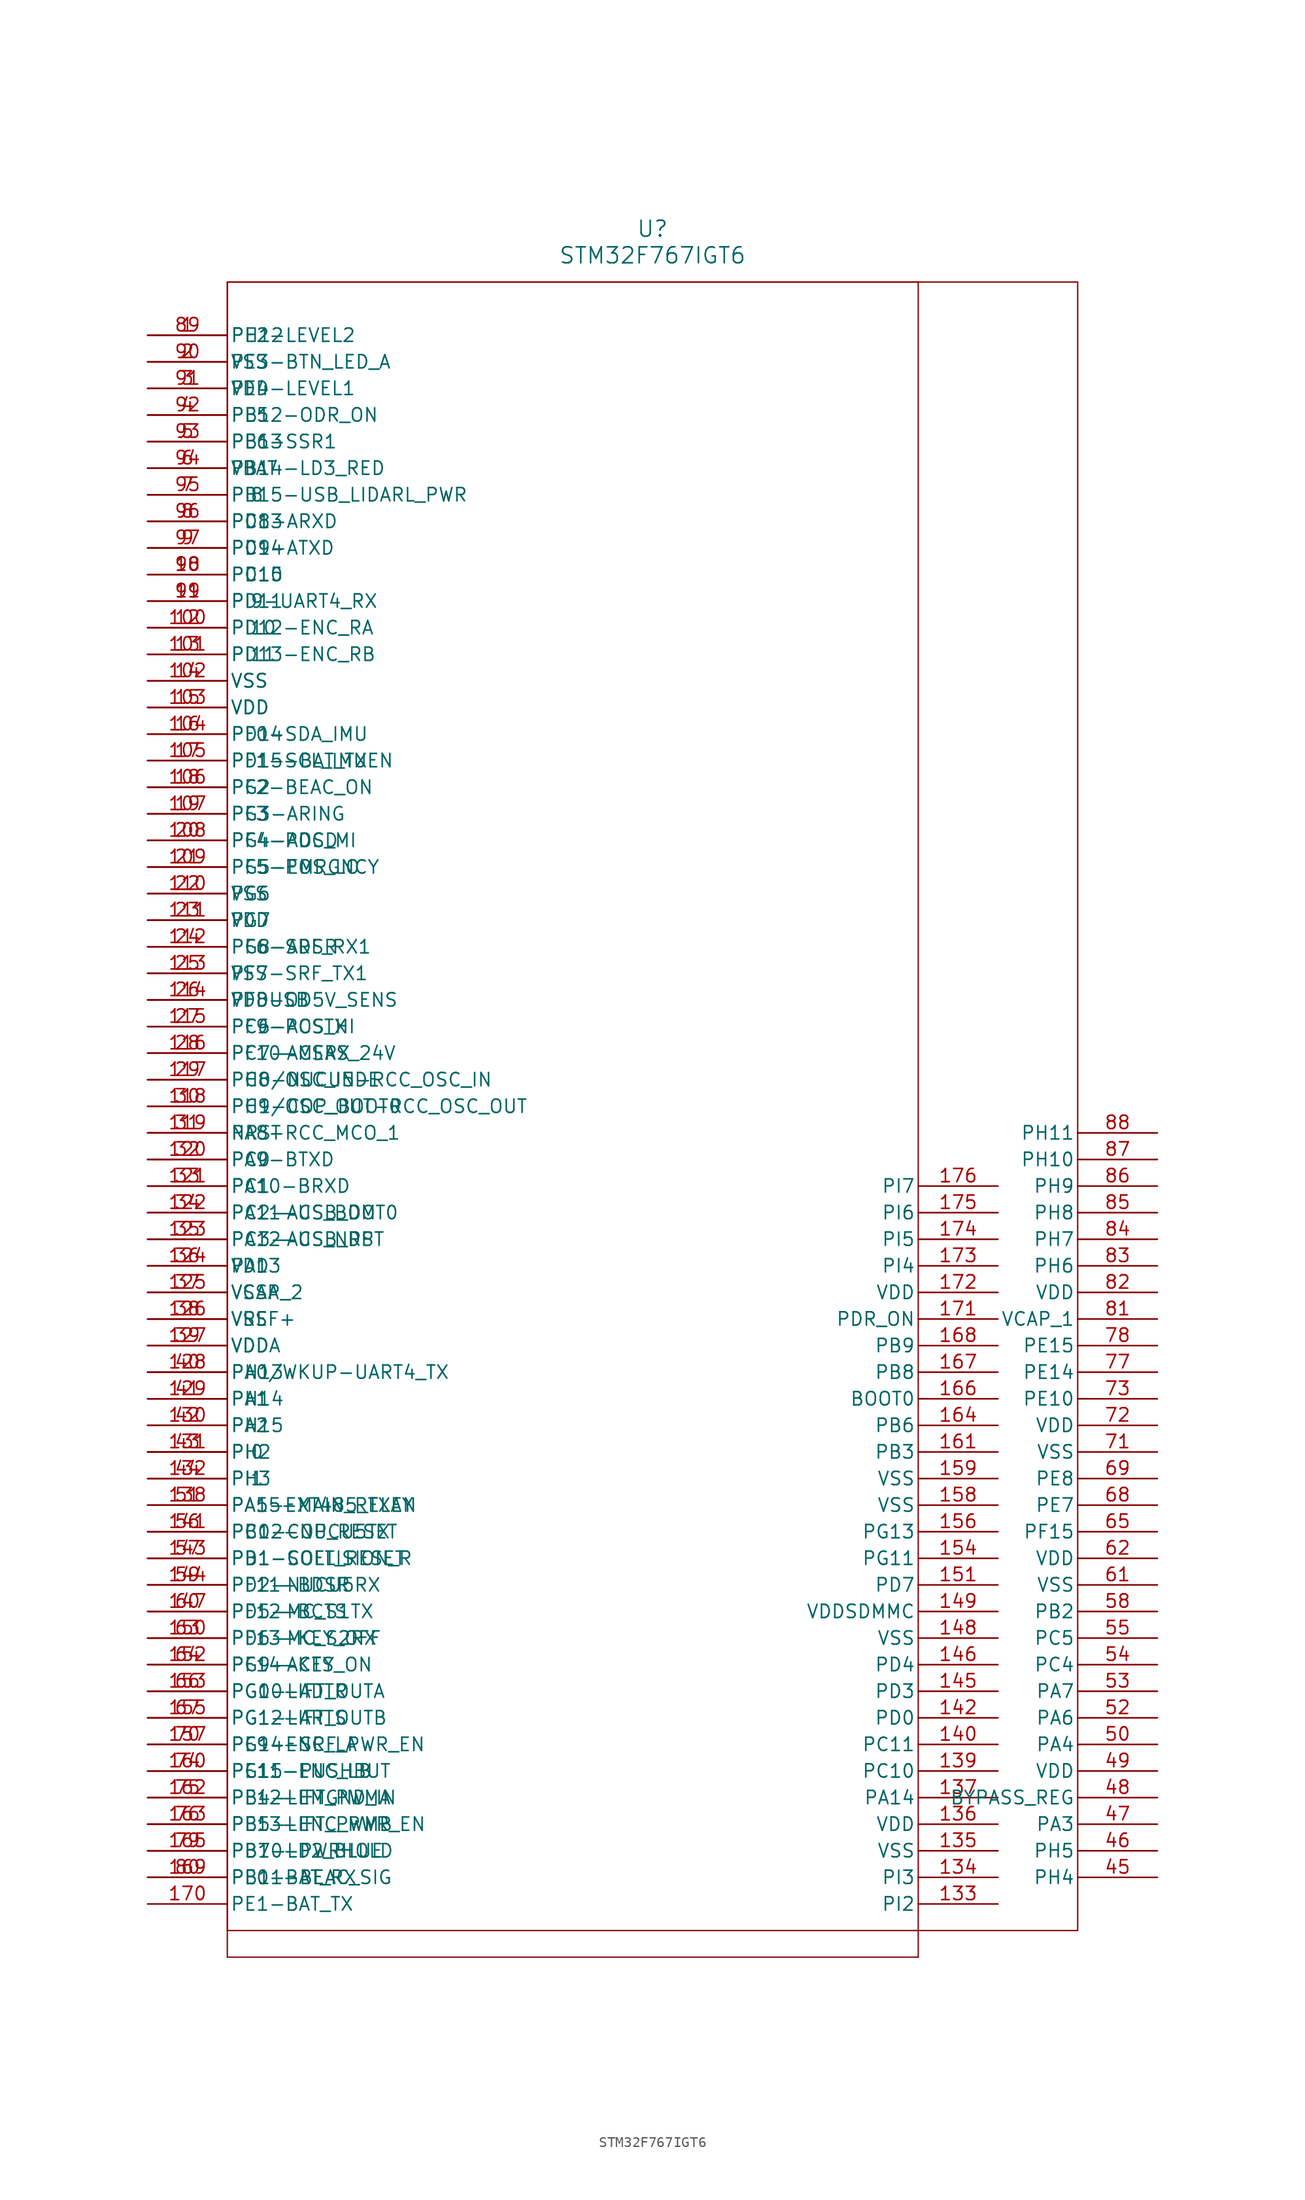
<source format=kicad_sym>
(kicad_symbol_lib
  (version 20211014)
  (generator kicad_symbol_editor)
  (symbol "STM32F767IGT6"
    (pin_names
      (offset 0.254))
    (property "Reference" "U"
      (at 48.26 10.16 0)
      (effects (font (size 1.524 1.524))))
    (property "Value" "STM32F767IGT6"
      (at 48.26 7.62 0)
      (effects (font (size 1.524 1.524))))
    (polyline
      (pts (xy 7.62 5.08) (xy 7.62 -152.4))
      (stroke (width 0.127) (type default) (color 0 0 0 0))
      (fill (type none)))
    (polyline
      (pts (xy 7.62 -152.4) (xy 88.9 -152.4))
      (stroke (width 0.127) (type default) (color 0 0 0 0))
      (fill (type none)))
    (polyline
      (pts (xy 88.9 -152.4) (xy 88.9 5.08))
      (stroke (width 0.127) (type default) (color 0 0 0 0))
      (fill (type none)))
    (polyline
      (pts (xy 88.9 5.08) (xy 7.62 5.08))
      (stroke (width 0.127) (type default) (color 0 0 0 0))
      (fill (type none)))
    (pin unspecified line
      (at 0 0 0)
      (length 7.62)
      (name "PE2-LEVEL2" (effects (font (size 1.27 1.27))))
      (number "1" (effects (font (size 1.27 1.27)))))
    (pin unspecified line
      (at 0 -2.54 0)
      (length 7.62)
      (name "PE3-BTN_LED_A" (effects (font (size 1.27 1.27))))
      (number "2" (effects (font (size 1.27 1.27)))))
    (pin unspecified line
      (at 0 -5.08 0)
      (length 7.62)
      (name "PE4-LEVEL1" (effects (font (size 1.27 1.27))))
      (number "3" (effects (font (size 1.27 1.27)))))
    (pin bidirectional line
      (at 0 -7.62 0)
      (length 7.62)
      (name "PE5" (effects (font (size 1.27 1.27))))
      (number "4" (effects (font (size 1.27 1.27)))))
    (pin unspecified line
      (at 0 -10.16 0)
      (length 7.62)
      (name "PE6-SSR1" (effects (font (size 1.27 1.27))))
      (number "5" (effects (font (size 1.27 1.27)))))
    (pin power_in line
      (at 0 -12.7 0)
      (length 7.62)
      (name "VBAT" (effects (font (size 1.27 1.27))))
      (number "6" (effects (font (size 1.27 1.27)))))
    (pin bidirectional line
      (at 0 -15.24 0)
      (length 7.62)
      (name "PI8" (effects (font (size 1.27 1.27))))
      (number "7" (effects (font (size 1.27 1.27)))))
    (pin bidirectional line
      (at 0 -17.78 0)
      (length 7.62)
      (name "PC13" (effects (font (size 1.27 1.27))))
      (number "8" (effects (font (size 1.27 1.27)))))
    (pin bidirectional line
      (at 0 -20.32 0)
      (length 7.62)
      (name "PC14" (effects (font (size 1.27 1.27))))
      (number "9" (effects (font (size 1.27 1.27)))))
    (pin bidirectional line
      (at 0 -22.86 0)
      (length 7.62)
      (name "PC15" (effects (font (size 1.27 1.27))))
      (number "10" (effects (font (size 1.27 1.27)))))
    (pin unspecified line
      (at 0 -25.4 0)
      (length 7.62)
      (name "PI9-UART4_RX" (effects (font (size 1.27 1.27))))
      (number "11" (effects (font (size 1.27 1.27)))))
    (pin bidirectional line
      (at 0 -27.94 0)
      (length 7.62)
      (name "PI10" (effects (font (size 1.27 1.27))))
      (number "12" (effects (font (size 1.27 1.27)))))
    (pin bidirectional line
      (at 0 -30.48 0)
      (length 7.62)
      (name "PI11" (effects (font (size 1.27 1.27))))
      (number "13" (effects (font (size 1.27 1.27)))))
    (pin power_in line
      (at 0 -33.02 0)
      (length 7.62)
      (name "VSS" (effects (font (size 1.27 1.27))))
      (number "14" (effects (font (size 1.27 1.27)))))
    (pin power_in line
      (at 0 -35.56 0)
      (length 7.62)
      (name "VDD" (effects (font (size 1.27 1.27))))
      (number "15" (effects (font (size 1.27 1.27)))))
    (pin unspecified line
      (at 0 -38.1 0)
      (length 7.62)
      (name "PF0-SDA_IMU" (effects (font (size 1.27 1.27))))
      (number "16" (effects (font (size 1.27 1.27)))))
    (pin unspecified line
      (at 0 -40.64 0)
      (length 7.62)
      (name "PF1-SCL_IMU" (effects (font (size 1.27 1.27))))
      (number "17" (effects (font (size 1.27 1.27)))))
    (pin unspecified line
      (at 0 -43.18 0)
      (length 7.62)
      (name "PF2-BEAC_ON" (effects (font (size 1.27 1.27))))
      (number "18" (effects (font (size 1.27 1.27)))))
    (pin bidirectional line
      (at 0 -45.72 0)
      (length 7.62)
      (name "PF3" (effects (font (size 1.27 1.27))))
      (number "19" (effects (font (size 1.27 1.27)))))
    (pin unspecified line
      (at 0 -48.26 0)
      (length 7.62)
      (name "PF4-POS_MI" (effects (font (size 1.27 1.27))))
      (number "20" (effects (font (size 1.27 1.27)))))
    (pin unspecified line
      (at 0 -50.8 0)
      (length 7.62)
      (name "PF5-POS_LO" (effects (font (size 1.27 1.27))))
      (number "21" (effects (font (size 1.27 1.27)))))
    (pin power_in line
      (at 0 -53.34 0)
      (length 7.62)
      (name "VSS" (effects (font (size 1.27 1.27))))
      (number "22" (effects (font (size 1.27 1.27)))))
    (pin power_in line
      (at 0 -55.88 0)
      (length 7.62)
      (name "VDD" (effects (font (size 1.27 1.27))))
      (number "23" (effects (font (size 1.27 1.27)))))
    (pin unspecified line
      (at 0 -58.42 0)
      (length 7.62)
      (name "PF6-SRF_RX1" (effects (font (size 1.27 1.27))))
      (number "24" (effects (font (size 1.27 1.27)))))
    (pin unspecified line
      (at 0 -60.96 0)
      (length 7.62)
      (name "PF7-SRF_TX1" (effects (font (size 1.27 1.27))))
      (number "25" (effects (font (size 1.27 1.27)))))
    (pin unspecified line
      (at 0 -63.5 0)
      (length 7.62)
      (name "PF8-OD5V_SENS" (effects (font (size 1.27 1.27))))
      (number "26" (effects (font (size 1.27 1.27)))))
    (pin unspecified line
      (at 0 -66.04 0)
      (length 7.62)
      (name "PF9-POS_HI" (effects (font (size 1.27 1.27))))
      (number "27" (effects (font (size 1.27 1.27)))))
    (pin unspecified line
      (at 0 -68.58 0)
      (length 7.62)
      (name "PF10-MEAS_24V" (effects (font (size 1.27 1.27))))
      (number "28" (effects (font (size 1.27 1.27)))))
    (pin unspecified line
      (at 0 -71.12 0)
      (length 7.62)
      (name "PH0/OSC_IN-RCC_OSC_IN" (effects (font (size 1.27 1.27))))
      (number "29" (effects (font (size 1.27 1.27)))))
    (pin unspecified line
      (at 0 -73.66 0)
      (length 7.62)
      (name "PH1/OSC_OUT-RCC_OSC_OUT" (effects (font (size 1.27 1.27))))
      (number "30" (effects (font (size 1.27 1.27)))))
    (pin unspecified line
      (at 0 -76.2 0)
      (length 7.62)
      (name "NRST" (effects (font (size 1.27 1.27))))
      (number "31" (effects (font (size 1.27 1.27)))))
    (pin bidirectional line
      (at 0 -78.74 0)
      (length 7.62)
      (name "PC0" (effects (font (size 1.27 1.27))))
      (number "32" (effects (font (size 1.27 1.27)))))
    (pin bidirectional line
      (at 0 -81.28 0)
      (length 7.62)
      (name "PC1" (effects (font (size 1.27 1.27))))
      (number "33" (effects (font (size 1.27 1.27)))))
    (pin unspecified line
      (at 0 -83.82 0)
      (length 7.62)
      (name "PC2-ACS_BOOT0" (effects (font (size 1.27 1.27))))
      (number "34" (effects (font (size 1.27 1.27)))))
    (pin unspecified line
      (at 0 -86.36 0)
      (length 7.62)
      (name "PC3-ACS_NRST" (effects (font (size 1.27 1.27))))
      (number "35" (effects (font (size 1.27 1.27)))))
    (pin power_in line
      (at 0 -88.9 0)
      (length 7.62)
      (name "VDD" (effects (font (size 1.27 1.27))))
      (number "36" (effects (font (size 1.27 1.27)))))
    (pin power_in line
      (at 0 -91.44 0)
      (length 7.62)
      (name "VSSA" (effects (font (size 1.27 1.27))))
      (number "37" (effects (font (size 1.27 1.27)))))
    (pin power_in line
      (at 0 -93.98 0)
      (length 7.62)
      (name "VREF+" (effects (font (size 1.27 1.27))))
      (number "38" (effects (font (size 1.27 1.27)))))
    (pin power_in line
      (at 0 -96.52 0)
      (length 7.62)
      (name "VDDA" (effects (font (size 1.27 1.27))))
      (number "39" (effects (font (size 1.27 1.27)))))
    (pin unspecified line
      (at 0 -99.06 0)
      (length 7.62)
      (name "PA0/WKUP-UART4_TX" (effects (font (size 1.27 1.27))))
      (number "40" (effects (font (size 1.27 1.27)))))
    (pin bidirectional line
      (at 0 -101.6 0)
      (length 7.62)
      (name "PA1" (effects (font (size 1.27 1.27))))
      (number "41" (effects (font (size 1.27 1.27)))))
    (pin bidirectional line
      (at 0 -104.14 0)
      (length 7.62)
      (name "PA2" (effects (font (size 1.27 1.27))))
      (number "42" (effects (font (size 1.27 1.27)))))
    (pin bidirectional line
      (at 0 -106.68 0)
      (length 7.62)
      (name "PH2" (effects (font (size 1.27 1.27))))
      (number "43" (effects (font (size 1.27 1.27)))))
    (pin bidirectional line
      (at 0 -109.22 0)
      (length 7.62)
      (name "PH3" (effects (font (size 1.27 1.27))))
      (number "44" (effects (font (size 1.27 1.27)))))
    (pin bidirectional line
      (at 96.52 -147.32 180)
      (length 7.62)
      (name "PH4" (effects (font (size 1.27 1.27))))
      (number "45" (effects (font (size 1.27 1.27)))))
    (pin bidirectional line
      (at 96.52 -144.78 180)
      (length 7.62)
      (name "PH5" (effects (font (size 1.27 1.27))))
      (number "46" (effects (font (size 1.27 1.27)))))
    (pin bidirectional line
      (at 96.52 -142.24 180)
      (length 7.62)
      (name "PA3" (effects (font (size 1.27 1.27))))
      (number "47" (effects (font (size 1.27 1.27)))))
    (pin unspecified line
      (at 96.52 -139.7 180)
      (length 7.62)
      (name "BYPASS_REG" (effects (font (size 1.27 1.27))))
      (number "48" (effects (font (size 1.27 1.27)))))
    (pin power_in line
      (at 96.52 -137.16 180)
      (length 7.62)
      (name "VDD" (effects (font (size 1.27 1.27))))
      (number "49" (effects (font (size 1.27 1.27)))))
    (pin bidirectional line
      (at 96.52 -134.62 180)
      (length 7.62)
      (name "PA4" (effects (font (size 1.27 1.27))))
      (number "50" (effects (font (size 1.27 1.27)))))
    (pin unspecified line
      (at 0 -111.76 0)
      (length 7.62)
      (name "PA5-EXT485_TXEN" (effects (font (size 1.27 1.27))))
      (number "51" (effects (font (size 1.27 1.27)))))
    (pin bidirectional line
      (at 96.52 -132.08 180)
      (length 7.62)
      (name "PA6" (effects (font (size 1.27 1.27))))
      (number "52" (effects (font (size 1.27 1.27)))))
    (pin bidirectional line
      (at 96.52 -129.54 180)
      (length 7.62)
      (name "PA7" (effects (font (size 1.27 1.27))))
      (number "53" (effects (font (size 1.27 1.27)))))
    (pin bidirectional line
      (at 96.52 -127 180)
      (length 7.62)
      (name "PC4" (effects (font (size 1.27 1.27))))
      (number "54" (effects (font (size 1.27 1.27)))))
    (pin bidirectional line
      (at 96.52 -124.46 180)
      (length 7.62)
      (name "PC5" (effects (font (size 1.27 1.27))))
      (number "55" (effects (font (size 1.27 1.27)))))
    (pin unspecified line
      (at 0 -114.3 0)
      (length 7.62)
      (name "PB0-COP_RESET" (effects (font (size 1.27 1.27))))
      (number "56" (effects (font (size 1.27 1.27)))))
    (pin unspecified line
      (at 0 -116.84 0)
      (length 7.62)
      (name "PB1-COLLISION_R" (effects (font (size 1.27 1.27))))
      (number "57" (effects (font (size 1.27 1.27)))))
    (pin bidirectional line
      (at 96.52 -121.92 180)
      (length 7.62)
      (name "PB2" (effects (font (size 1.27 1.27))))
      (number "58" (effects (font (size 1.27 1.27)))))
    (pin unspecified line
      (at 0 -119.38 0)
      (length 7.62)
      (name "PF11-BDSR" (effects (font (size 1.27 1.27))))
      (number "59" (effects (font (size 1.27 1.27)))))
    (pin unspecified line
      (at 0 -121.92 0)
      (length 7.62)
      (name "PF12-BCTS" (effects (font (size 1.27 1.27))))
      (number "60" (effects (font (size 1.27 1.27)))))
    (pin power_in line
      (at 96.52 -119.38 180)
      (length 7.62)
      (name "VSS" (effects (font (size 1.27 1.27))))
      (number "61" (effects (font (size 1.27 1.27)))))
    (pin power_in line
      (at 96.52 -116.84 180)
      (length 7.62)
      (name "VDD" (effects (font (size 1.27 1.27))))
      (number "62" (effects (font (size 1.27 1.27)))))
    (pin unspecified line
      (at 0 -124.46 0)
      (length 7.62)
      (name "PF13-KEY_OFF" (effects (font (size 1.27 1.27))))
      (number "63" (effects (font (size 1.27 1.27)))))
    (pin unspecified line
      (at 0 -127 0)
      (length 7.62)
      (name "PF14-KEY_ON" (effects (font (size 1.27 1.27))))
      (number "64" (effects (font (size 1.27 1.27)))))
    (pin bidirectional line
      (at 96.52 -114.3 180)
      (length 7.62)
      (name "PF15" (effects (font (size 1.27 1.27))))
      (number "65" (effects (font (size 1.27 1.27)))))
    (pin unspecified line
      (at 0 -129.54 0)
      (length 7.62)
      (name "PG0-LIFT_OUTA" (effects (font (size 1.27 1.27))))
      (number "66" (effects (font (size 1.27 1.27)))))
    (pin unspecified line
      (at 0 -132.08 0)
      (length 7.62)
      (name "PG1-LIFT_OUTB" (effects (font (size 1.27 1.27))))
      (number "67" (effects (font (size 1.27 1.27)))))
    (pin bidirectional line
      (at 96.52 -111.76 180)
      (length 7.62)
      (name "PE7" (effects (font (size 1.27 1.27))))
      (number "68" (effects (font (size 1.27 1.27)))))
    (pin bidirectional line
      (at 96.52 -109.22 180)
      (length 7.62)
      (name "PE8" (effects (font (size 1.27 1.27))))
      (number "69" (effects (font (size 1.27 1.27)))))
    (pin unspecified line
      (at 0 -134.62 0)
      (length 7.62)
      (name "PE9-ENC_LA" (effects (font (size 1.27 1.27))))
      (number "70" (effects (font (size 1.27 1.27)))))
    (pin power_in line
      (at 96.52 -106.68 180)
      (length 7.62)
      (name "VSS" (effects (font (size 1.27 1.27))))
      (number "71" (effects (font (size 1.27 1.27)))))
    (pin power_in line
      (at 96.52 -104.14 180)
      (length 7.62)
      (name "VDD" (effects (font (size 1.27 1.27))))
      (number "72" (effects (font (size 1.27 1.27)))))
    (pin bidirectional line
      (at 96.52 -101.6 180)
      (length 7.62)
      (name "PE10" (effects (font (size 1.27 1.27))))
      (number "73" (effects (font (size 1.27 1.27)))))
    (pin unspecified line
      (at 0 -137.16 0)
      (length 7.62)
      (name "PE11-ENC_LB" (effects (font (size 1.27 1.27))))
      (number "74" (effects (font (size 1.27 1.27)))))
    (pin unspecified line
      (at 0 -139.7 0)
      (length 7.62)
      (name "PE12-EMGND_IN" (effects (font (size 1.27 1.27))))
      (number "75" (effects (font (size 1.27 1.27)))))
    (pin unspecified line
      (at 0 -142.24 0)
      (length 7.62)
      (name "PE13-ENC_PWR_EN" (effects (font (size 1.27 1.27))))
      (number "76" (effects (font (size 1.27 1.27)))))
    (pin bidirectional line
      (at 96.52 -99.06 180)
      (length 7.62)
      (name "PE14" (effects (font (size 1.27 1.27))))
      (number "77" (effects (font (size 1.27 1.27)))))
    (pin bidirectional line
      (at 96.52 -96.52 180)
      (length 7.62)
      (name "PE15" (effects (font (size 1.27 1.27))))
      (number "78" (effects (font (size 1.27 1.27)))))
    (pin unspecified line
      (at 0 -144.78 0)
      (length 7.62)
      (name "PB10-PWRHOLD" (effects (font (size 1.27 1.27))))
      (number "79" (effects (font (size 1.27 1.27)))))
    (pin unspecified line
      (at 0 -147.32 0)
      (length 7.62)
      (name "PB11-BEAC_SIG" (effects (font (size 1.27 1.27))))
      (number "80" (effects (font (size 1.27 1.27)))))
    (pin power_in line
      (at 96.52 -93.98 180)
      (length 7.62)
      (name "VCAP_1" (effects (font (size 1.27 1.27))))
      (number "81" (effects (font (size 1.27 1.27)))))
    (pin power_in line
      (at 96.52 -91.44 180)
      (length 7.62)
      (name "VDD" (effects (font (size 1.27 1.27))))
      (number "82" (effects (font (size 1.27 1.27)))))
    (pin bidirectional line
      (at 96.52 -88.9 180)
      (length 7.62)
      (name "PH6" (effects (font (size 1.27 1.27))))
      (number "83" (effects (font (size 1.27 1.27)))))
    (pin bidirectional line
      (at 96.52 -86.36 180)
      (length 7.62)
      (name "PH7" (effects (font (size 1.27 1.27))))
      (number "84" (effects (font (size 1.27 1.27)))))
    (pin bidirectional line
      (at 96.52 -83.82 180)
      (length 7.62)
      (name "PH8" (effects (font (size 1.27 1.27))))
      (number "85" (effects (font (size 1.27 1.27)))))
    (pin bidirectional line
      (at 96.52 -81.28 180)
      (length 7.62)
      (name "PH9" (effects (font (size 1.27 1.27))))
      (number "86" (effects (font (size 1.27 1.27)))))
    (pin bidirectional line
      (at 96.52 -78.74 180)
      (length 7.62)
      (name "PH10" (effects (font (size 1.27 1.27))))
      (number "87" (effects (font (size 1.27 1.27)))))
    (pin bidirectional line
      (at 96.52 -76.2 180)
      (length 7.62)
      (name "PH11" (effects (font (size 1.27 1.27))))
      (number "88" (effects (font (size 1.27 1.27)))))
    (polyline
      (pts (xy 7.62 5.08) (xy 7.62 -154.94))
      (stroke (width 0.127) (type default) (color 0 0 0 0))
      (fill (type none)))
    (polyline
      (pts (xy 7.62 -154.94) (xy 73.66 -154.94))
      (stroke (width 0.127) (type default) (color 0 0 0 0))
      (fill (type none)))
    (polyline
      (pts (xy 73.66 -154.94) (xy 73.66 5.08))
      (stroke (width 0.127) (type default) (color 0 0 0 0))
      (fill (type none)))
    (polyline
      (pts (xy 73.66 5.08) (xy 7.62 5.08))
      (stroke (width 0.127) (type default) (color 0 0 0 0))
      (fill (type none)))
    (pin bidirectional line
      (at 0 0 0)
      (length 7.62)
      (name "PH12" (effects (font (size 1.27 1.27))))
      (number "89" (effects (font (size 1.27 1.27)))))
    (pin power_in line
      (at 0 -2.54 0)
      (length 7.62)
      (name "VSS" (effects (font (size 1.27 1.27))))
      (number "90" (effects (font (size 1.27 1.27)))))
    (pin power_in line
      (at 0 -5.08 0)
      (length 7.62)
      (name "VDD" (effects (font (size 1.27 1.27))))
      (number "91" (effects (font (size 1.27 1.27)))))
    (pin unspecified line
      (at 0 -7.62 0)
      (length 7.62)
      (name "PB12-ODR_ON" (effects (font (size 1.27 1.27))))
      (number "92" (effects (font (size 1.27 1.27)))))
    (pin bidirectional line
      (at 0 -10.16 0)
      (length 7.62)
      (name "PB13" (effects (font (size 1.27 1.27))))
      (number "93" (effects (font (size 1.27 1.27)))))
    (pin unspecified line
      (at 0 -12.7 0)
      (length 7.62)
      (name "PB14-LD3_RED" (effects (font (size 1.27 1.27))))
      (number "94" (effects (font (size 1.27 1.27)))))
    (pin unspecified line
      (at 0 -15.24 0)
      (length 7.62)
      (name "PB15-USB_LIDARL_PWR" (effects (font (size 1.27 1.27))))
      (number "95" (effects (font (size 1.27 1.27)))))
    (pin unspecified line
      (at 0 -17.78 0)
      (length 7.62)
      (name "PD8-ARXD" (effects (font (size 1.27 1.27))))
      (number "96" (effects (font (size 1.27 1.27)))))
    (pin unspecified line
      (at 0 -20.32 0)
      (length 7.62)
      (name "PD9-ATXD" (effects (font (size 1.27 1.27))))
      (number "97" (effects (font (size 1.27 1.27)))))
    (pin bidirectional line
      (at 0 -22.86 0)
      (length 7.62)
      (name "PD10" (effects (font (size 1.27 1.27))))
      (number "98" (effects (font (size 1.27 1.27)))))
    (pin bidirectional line
      (at 0 -25.4 0)
      (length 7.62)
      (name "PD11" (effects (font (size 1.27 1.27))))
      (number "99" (effects (font (size 1.27 1.27)))))
    (pin unspecified line
      (at 0 -27.94 0)
      (length 7.62)
      (name "PD12-ENC_RA" (effects (font (size 1.27 1.27))))
      (number "100" (effects (font (size 1.27 1.27)))))
    (pin unspecified line
      (at 0 -30.48 0)
      (length 7.62)
      (name "PD13-ENC_RB" (effects (font (size 1.27 1.27))))
      (number "101" (effects (font (size 1.27 1.27)))))
    (pin power_in line
      (at 0 -33.02 0)
      (length 7.62)
      (name "VSS" (effects (font (size 1.27 1.27))))
      (number "102" (effects (font (size 1.27 1.27)))))
    (pin power_in line
      (at 0 -35.56 0)
      (length 7.62)
      (name "VDD" (effects (font (size 1.27 1.27))))
      (number "103" (effects (font (size 1.27 1.27)))))
    (pin bidirectional line
      (at 0 -38.1 0)
      (length 7.62)
      (name "PD14" (effects (font (size 1.27 1.27))))
      (number "104" (effects (font (size 1.27 1.27)))))
    (pin unspecified line
      (at 0 -40.64 0)
      (length 7.62)
      (name "PD15-BAT_TXEN" (effects (font (size 1.27 1.27))))
      (number "105" (effects (font (size 1.27 1.27)))))
    (pin bidirectional line
      (at 0 -43.18 0)
      (length 7.62)
      (name "PG2" (effects (font (size 1.27 1.27))))
      (number "106" (effects (font (size 1.27 1.27)))))
    (pin unspecified line
      (at 0 -45.72 0)
      (length 7.62)
      (name "PG3-ARING" (effects (font (size 1.27 1.27))))
      (number "107" (effects (font (size 1.27 1.27)))))
    (pin unspecified line
      (at 0 -48.26 0)
      (length 7.62)
      (name "PG4-ADCD" (effects (font (size 1.27 1.27))))
      (number "108" (effects (font (size 1.27 1.27)))))
    (pin unspecified line
      (at 0 -50.8 0)
      (length 7.62)
      (name "PG5-EMRGNCY" (effects (font (size 1.27 1.27))))
      (number "109" (effects (font (size 1.27 1.27)))))
    (pin bidirectional line
      (at 0 -53.34 0)
      (length 7.62)
      (name "PG6" (effects (font (size 1.27 1.27))))
      (number "110" (effects (font (size 1.27 1.27)))))
    (pin bidirectional line
      (at 0 -55.88 0)
      (length 7.62)
      (name "PG7" (effects (font (size 1.27 1.27))))
      (number "111" (effects (font (size 1.27 1.27)))))
    (pin unspecified line
      (at 0 -58.42 0)
      (length 7.62)
      (name "PG8-ADSR" (effects (font (size 1.27 1.27))))
      (number "112" (effects (font (size 1.27 1.27)))))
    (pin power_in line
      (at 0 -60.96 0)
      (length 7.62)
      (name "VSS" (effects (font (size 1.27 1.27))))
      (number "113" (effects (font (size 1.27 1.27)))))
    (pin power_in line
      (at 0 -63.5 0)
      (length 7.62)
      (name "VDDUSB" (effects (font (size 1.27 1.27))))
      (number "114" (effects (font (size 1.27 1.27)))))
    (pin unspecified line
      (at 0 -66.04 0)
      (length 7.62)
      (name "PC6-ACSTX" (effects (font (size 1.27 1.27))))
      (number "115" (effects (font (size 1.27 1.27)))))
    (pin unspecified line
      (at 0 -68.58 0)
      (length 7.62)
      (name "PC7-ACSRX" (effects (font (size 1.27 1.27))))
      (number "116" (effects (font (size 1.27 1.27)))))
    (pin unspecified line
      (at 0 -71.12 0)
      (length 7.62)
      (name "PC8-NUCU5DE" (effects (font (size 1.27 1.27))))
      (number "117" (effects (font (size 1.27 1.27)))))
    (pin unspecified line
      (at 0 -73.66 0)
      (length 7.62)
      (name "PC9-COP_BOOT0" (effects (font (size 1.27 1.27))))
      (number "118" (effects (font (size 1.27 1.27)))))
    (pin unspecified line
      (at 0 -76.2 0)
      (length 7.62)
      (name "PA8-RCC_MCO_1" (effects (font (size 1.27 1.27))))
      (number "119" (effects (font (size 1.27 1.27)))))
    (pin unspecified line
      (at 0 -78.74 0)
      (length 7.62)
      (name "PA9-BTXD" (effects (font (size 1.27 1.27))))
      (number "120" (effects (font (size 1.27 1.27)))))
    (pin unspecified line
      (at 0 -81.28 0)
      (length 7.62)
      (name "PA10-BRXD" (effects (font (size 1.27 1.27))))
      (number "121" (effects (font (size 1.27 1.27)))))
    (pin unspecified line
      (at 0 -83.82 0)
      (length 7.62)
      (name "PA11-USB_DM" (effects (font (size 1.27 1.27))))
      (number "122" (effects (font (size 1.27 1.27)))))
    (pin unspecified line
      (at 0 -86.36 0)
      (length 7.62)
      (name "PA12-USB_DP" (effects (font (size 1.27 1.27))))
      (number "123" (effects (font (size 1.27 1.27)))))
    (pin bidirectional line
      (at 0 -88.9 0)
      (length 7.62)
      (name "PA13" (effects (font (size 1.27 1.27))))
      (number "124" (effects (font (size 1.27 1.27)))))
    (pin power_in line
      (at 0 -91.44 0)
      (length 7.62)
      (name "VCAP_2" (effects (font (size 1.27 1.27))))
      (number "125" (effects (font (size 1.27 1.27)))))
    (pin power_in line
      (at 0 -93.98 0)
      (length 7.62)
      (name "VSS" (effects (font (size 1.27 1.27))))
      (number "126" (effects (font (size 1.27 1.27)))))
    (pin power_in line
      (at 0 -96.52 0)
      (length 7.62)
      (name "VDD" (effects (font (size 1.27 1.27))))
      (number "127" (effects (font (size 1.27 1.27)))))
    (pin bidirectional line
      (at 0 -99.06 0)
      (length 7.62)
      (name "PH13" (effects (font (size 1.27 1.27))))
      (number "128" (effects (font (size 1.27 1.27)))))
    (pin bidirectional line
      (at 0 -101.6 0)
      (length 7.62)
      (name "PH14" (effects (font (size 1.27 1.27))))
      (number "129" (effects (font (size 1.27 1.27)))))
    (pin bidirectional line
      (at 0 -104.14 0)
      (length 7.62)
      (name "PH15" (effects (font (size 1.27 1.27))))
      (number "130" (effects (font (size 1.27 1.27)))))
    (pin bidirectional line
      (at 0 -106.68 0)
      (length 7.62)
      (name "PI0" (effects (font (size 1.27 1.27))))
      (number "131" (effects (font (size 1.27 1.27)))))
    (pin bidirectional line
      (at 0 -109.22 0)
      (length 7.62)
      (name "PI1" (effects (font (size 1.27 1.27))))
      (number "132" (effects (font (size 1.27 1.27)))))
    (pin bidirectional line
      (at 81.28 -149.86 180)
      (length 7.62)
      (name "PI2" (effects (font (size 1.27 1.27))))
      (number "133" (effects (font (size 1.27 1.27)))))
    (pin bidirectional line
      (at 81.28 -147.32 180)
      (length 7.62)
      (name "PI3" (effects (font (size 1.27 1.27))))
      (number "134" (effects (font (size 1.27 1.27)))))
    (pin power_in line
      (at 81.28 -144.78 180)
      (length 7.62)
      (name "VSS" (effects (font (size 1.27 1.27))))
      (number "135" (effects (font (size 1.27 1.27)))))
    (pin power_in line
      (at 81.28 -142.24 180)
      (length 7.62)
      (name "VDD" (effects (font (size 1.27 1.27))))
      (number "136" (effects (font (size 1.27 1.27)))))
    (pin bidirectional line
      (at 81.28 -139.7 180)
      (length 7.62)
      (name "PA14" (effects (font (size 1.27 1.27))))
      (number "137" (effects (font (size 1.27 1.27)))))
    (pin unspecified line
      (at 0 -111.76 0)
      (length 7.62)
      (name "PA15-MAIN_RELAY" (effects (font (size 1.27 1.27))))
      (number "138" (effects (font (size 1.27 1.27)))))
    (pin bidirectional line
      (at 81.28 -137.16 180)
      (length 7.62)
      (name "PC10" (effects (font (size 1.27 1.27))))
      (number "139" (effects (font (size 1.27 1.27)))))
    (pin bidirectional line
      (at 81.28 -134.62 180)
      (length 7.62)
      (name "PC11" (effects (font (size 1.27 1.27))))
      (number "140" (effects (font (size 1.27 1.27)))))
    (pin unspecified line
      (at 0 -114.3 0)
      (length 7.62)
      (name "PC12-NUCU5TX" (effects (font (size 1.27 1.27))))
      (number "141" (effects (font (size 1.27 1.27)))))
    (pin bidirectional line
      (at 81.28 -132.08 180)
      (length 7.62)
      (name "PD0" (effects (font (size 1.27 1.27))))
      (number "142" (effects (font (size 1.27 1.27)))))
    (pin unspecified line
      (at 0 -116.84 0)
      (length 7.62)
      (name "PD1-SOFT_RESET" (effects (font (size 1.27 1.27))))
      (number "143" (effects (font (size 1.27 1.27)))))
    (pin unspecified line
      (at 0 -119.38 0)
      (length 7.62)
      (name "PD2-NUCU5RX" (effects (font (size 1.27 1.27))))
      (number "144" (effects (font (size 1.27 1.27)))))
    (pin bidirectional line
      (at 81.28 -129.54 180)
      (length 7.62)
      (name "PD3" (effects (font (size 1.27 1.27))))
      (number "145" (effects (font (size 1.27 1.27)))))
    (pin bidirectional line
      (at 81.28 -127 180)
      (length 7.62)
      (name "PD4" (effects (font (size 1.27 1.27))))
      (number "146" (effects (font (size 1.27 1.27)))))
    (pin unspecified line
      (at 0 -121.92 0)
      (length 7.62)
      (name "PD5-MC_S1TX" (effects (font (size 1.27 1.27))))
      (number "147" (effects (font (size 1.27 1.27)))))
    (pin power_in line
      (at 81.28 -124.46 180)
      (length 7.62)
      (name "VSS" (effects (font (size 1.27 1.27))))
      (number "148" (effects (font (size 1.27 1.27)))))
    (pin power_in line
      (at 81.28 -121.92 180)
      (length 7.62)
      (name "VDDSDMMC" (effects (font (size 1.27 1.27))))
      (number "149" (effects (font (size 1.27 1.27)))))
    (pin unspecified line
      (at 0 -124.46 0)
      (length 7.62)
      (name "PD6-MC_S2RX" (effects (font (size 1.27 1.27))))
      (number "150" (effects (font (size 1.27 1.27)))))
    (pin bidirectional line
      (at 81.28 -119.38 180)
      (length 7.62)
      (name "PD7" (effects (font (size 1.27 1.27))))
      (number "151" (effects (font (size 1.27 1.27)))))
    (pin unspecified line
      (at 0 -127 0)
      (length 7.62)
      (name "PG9-ACTS" (effects (font (size 1.27 1.27))))
      (number "152" (effects (font (size 1.27 1.27)))))
    (pin unspecified line
      (at 0 -129.54 0)
      (length 7.62)
      (name "PG10-ADTR" (effects (font (size 1.27 1.27))))
      (number "153" (effects (font (size 1.27 1.27)))))
    (pin bidirectional line
      (at 81.28 -116.84 180)
      (length 7.62)
      (name "PG11" (effects (font (size 1.27 1.27))))
      (number "154" (effects (font (size 1.27 1.27)))))
    (pin unspecified line
      (at 0 -132.08 0)
      (length 7.62)
      (name "PG12-ARTS" (effects (font (size 1.27 1.27))))
      (number "155" (effects (font (size 1.27 1.27)))))
    (pin bidirectional line
      (at 81.28 -114.3 180)
      (length 7.62)
      (name "PG13" (effects (font (size 1.27 1.27))))
      (number "156" (effects (font (size 1.27 1.27)))))
    (pin unspecified line
      (at 0 -134.62 0)
      (length 7.62)
      (name "PG14-SRF_PWR_EN" (effects (font (size 1.27 1.27))))
      (number "157" (effects (font (size 1.27 1.27)))))
    (pin power_in line
      (at 81.28 -111.76 180)
      (length 7.62)
      (name "VSS" (effects (font (size 1.27 1.27))))
      (number "158" (effects (font (size 1.27 1.27)))))
    (pin power_in line
      (at 81.28 -109.22 180)
      (length 7.62)
      (name "VSS" (effects (font (size 1.27 1.27))))
      (number "159" (effects (font (size 1.27 1.27)))))
    (pin unspecified line
      (at 0 -137.16 0)
      (length 7.62)
      (name "PG15-PUSHBUT" (effects (font (size 1.27 1.27))))
      (number "160" (effects (font (size 1.27 1.27)))))
    (pin bidirectional line
      (at 81.28 -106.68 180)
      (length 7.62)
      (name "PB3" (effects (font (size 1.27 1.27))))
      (number "161" (effects (font (size 1.27 1.27)))))
    (pin unspecified line
      (at 0 -139.7 0)
      (length 7.62)
      (name "PB4-LIFT_PWMA" (effects (font (size 1.27 1.27))))
      (number "162" (effects (font (size 1.27 1.27)))))
    (pin unspecified line
      (at 0 -142.24 0)
      (length 7.62)
      (name "PB5-LIFT_PWMB" (effects (font (size 1.27 1.27))))
      (number "163" (effects (font (size 1.27 1.27)))))
    (pin bidirectional line
      (at 81.28 -104.14 180)
      (length 7.62)
      (name "PB6" (effects (font (size 1.27 1.27))))
      (number "164" (effects (font (size 1.27 1.27)))))
    (pin unspecified line
      (at 0 -144.78 0)
      (length 7.62)
      (name "PB7-LD2_BLUE" (effects (font (size 1.27 1.27))))
      (number "165" (effects (font (size 1.27 1.27)))))
    (pin unspecified line
      (at 81.28 -101.6 180)
      (length 7.62)
      (name "BOOT0" (effects (font (size 1.27 1.27))))
      (number "166" (effects (font (size 1.27 1.27)))))
    (pin bidirectional line
      (at 81.28 -99.06 180)
      (length 7.62)
      (name "PB8" (effects (font (size 1.27 1.27))))
      (number "167" (effects (font (size 1.27 1.27)))))
    (pin bidirectional line
      (at 81.28 -96.52 180)
      (length 7.62)
      (name "PB9" (effects (font (size 1.27 1.27))))
      (number "168" (effects (font (size 1.27 1.27)))))
    (pin unspecified line
      (at 0 -147.32 0)
      (length 7.62)
      (name "PE0-BAT_RX" (effects (font (size 1.27 1.27))))
      (number "169" (effects (font (size 1.27 1.27)))))
    (pin unspecified line
      (at 0 -149.86 0)
      (length 7.62)
      (name "PE1-BAT_TX" (effects (font (size 1.27 1.27))))
      (number "170" (effects (font (size 1.27 1.27)))))
    (pin unspecified line
      (at 81.28 -93.98 180)
      (length 7.62)
      (name "PDR_ON" (effects (font (size 1.27 1.27))))
      (number "171" (effects (font (size 1.27 1.27)))))
    (pin power_in line
      (at 81.28 -91.44 180)
      (length 7.62)
      (name "VDD" (effects (font (size 1.27 1.27))))
      (number "172" (effects (font (size 1.27 1.27)))))
    (pin bidirectional line
      (at 81.28 -88.9 180)
      (length 7.62)
      (name "PI4" (effects (font (size 1.27 1.27))))
      (number "173" (effects (font (size 1.27 1.27)))))
    (pin bidirectional line
      (at 81.28 -86.36 180)
      (length 7.62)
      (name "PI5" (effects (font (size 1.27 1.27))))
      (number "174" (effects (font (size 1.27 1.27)))))
    (pin bidirectional line
      (at 81.28 -83.82 180)
      (length 7.62)
      (name "PI6" (effects (font (size 1.27 1.27))))
      (number "175" (effects (font (size 1.27 1.27)))))
    (pin bidirectional line
      (at 81.28 -81.28 180)
      (length 7.62)
      (name "PI7" (effects (font (size 1.27 1.27))))
      (number "176" (effects (font (size 1.27 1.27)))))))
</source>
